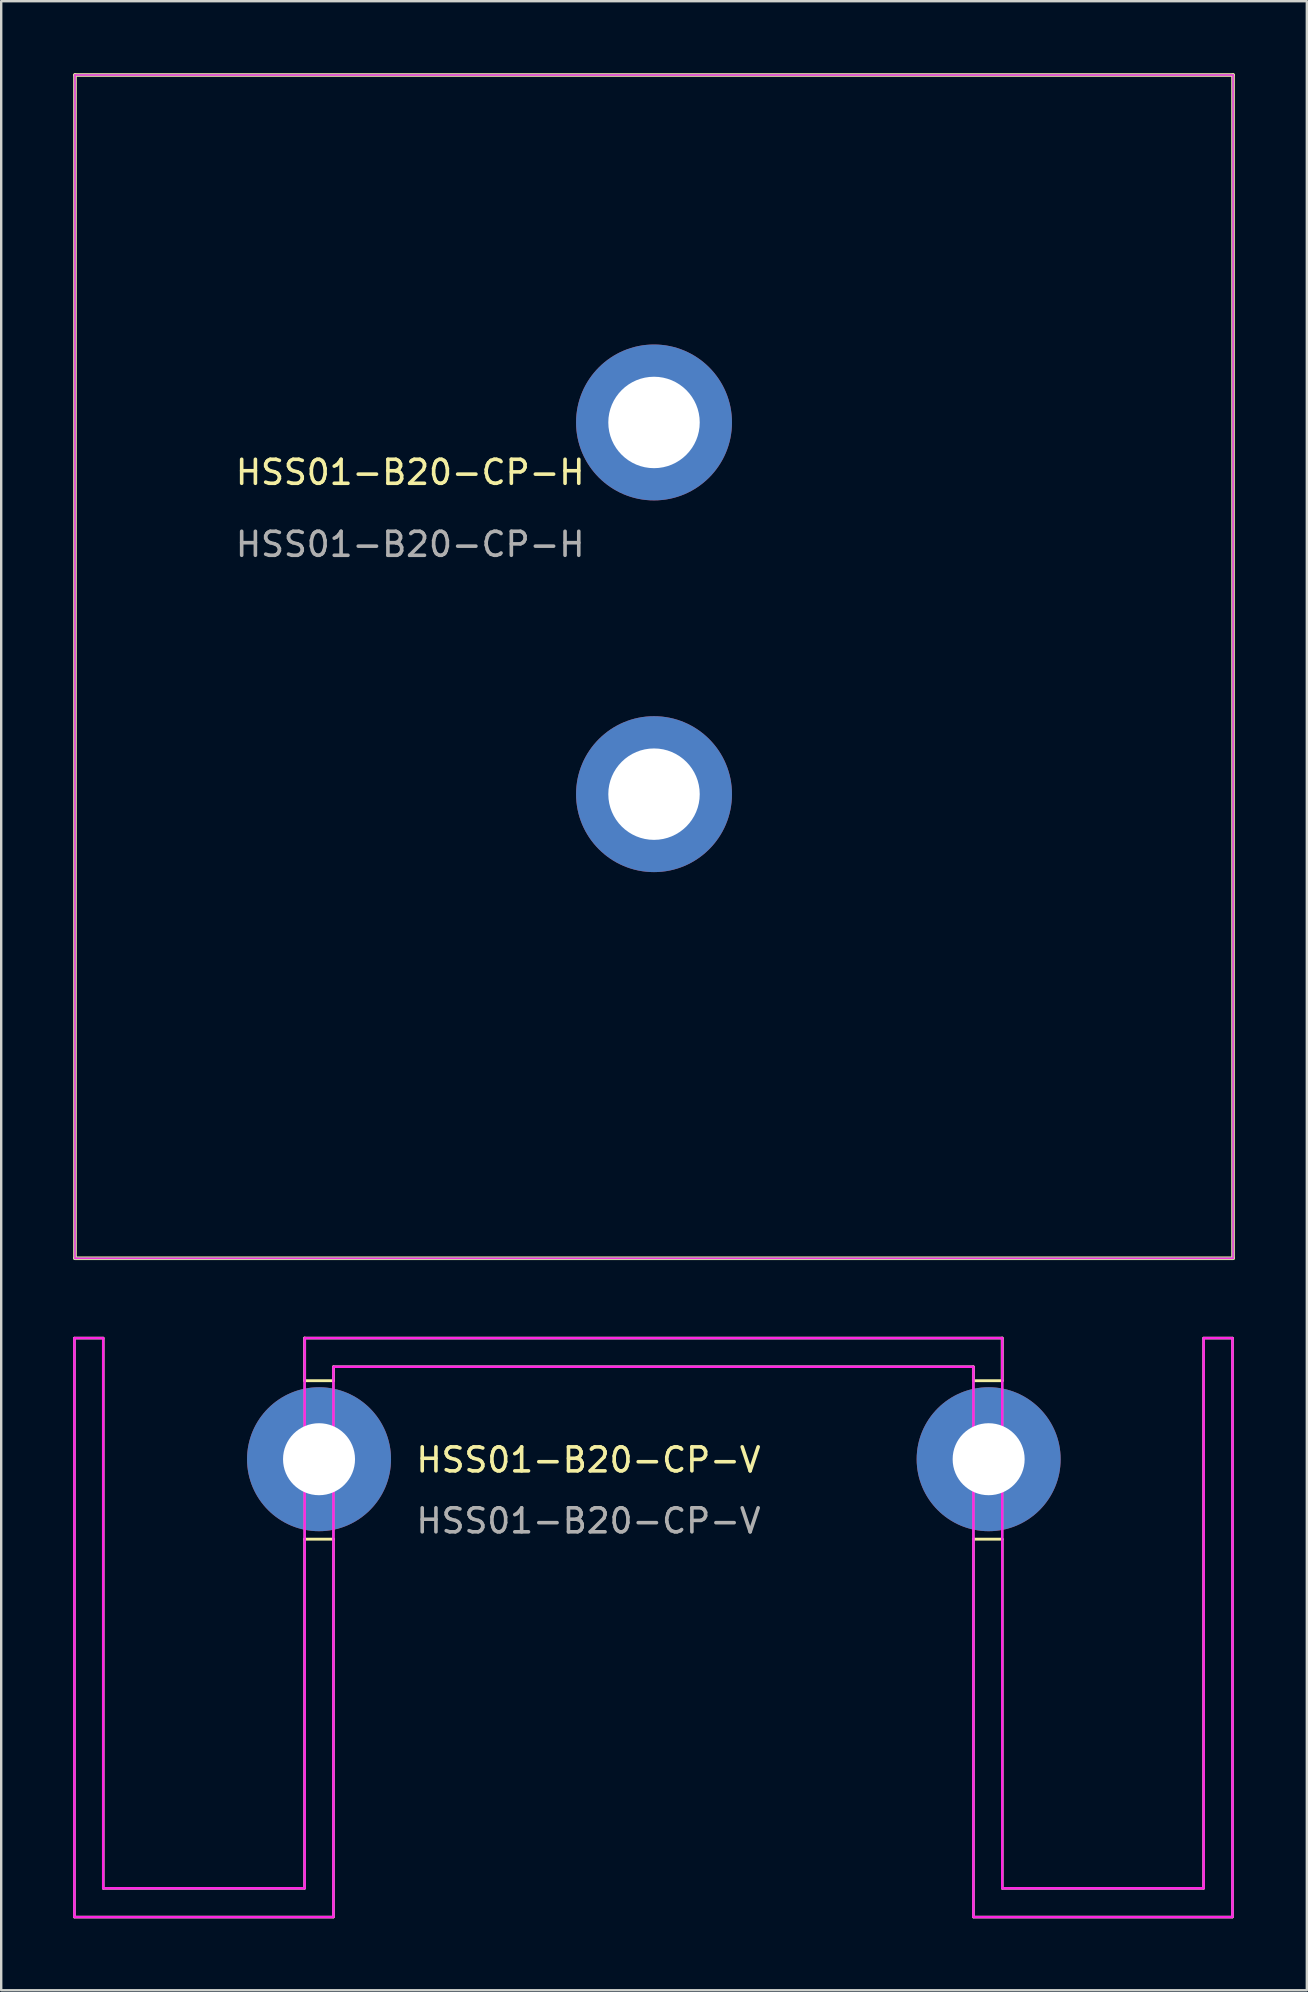
<source format=kicad_pcb>
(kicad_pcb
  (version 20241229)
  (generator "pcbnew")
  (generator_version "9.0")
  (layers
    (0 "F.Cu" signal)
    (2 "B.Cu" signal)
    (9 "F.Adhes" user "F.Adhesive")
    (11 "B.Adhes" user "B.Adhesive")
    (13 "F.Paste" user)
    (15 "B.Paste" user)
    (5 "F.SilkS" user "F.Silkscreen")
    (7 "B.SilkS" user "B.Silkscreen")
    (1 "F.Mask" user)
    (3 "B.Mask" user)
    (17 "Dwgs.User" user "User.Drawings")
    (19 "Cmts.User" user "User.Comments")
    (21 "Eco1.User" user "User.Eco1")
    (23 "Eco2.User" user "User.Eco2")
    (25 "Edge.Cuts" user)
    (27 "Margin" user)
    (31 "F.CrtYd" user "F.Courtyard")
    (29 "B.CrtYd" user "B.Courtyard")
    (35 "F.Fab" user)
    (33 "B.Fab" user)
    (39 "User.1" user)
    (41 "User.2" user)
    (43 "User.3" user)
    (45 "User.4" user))
  (footprint "HSS01-B20-CP-H"
    (layer "F.Cu")
    (at 24.205 22.175)
    (property "Reference" "HSS01-B20-CP-H" (at -10.16 -5.54 0) (unlocked yes) (layer "F.SilkS") (effects (font (size 1 1) (thickness 0.15))))
    (attr through_hole)
    (fp_line (start -24.13 -22.1) (end -24.13 27.21) (stroke (width 0.15) (type solid)) (layer "F.SilkS"))
    (fp_line (start -24.13 27.21) (end 24.13 27.21) (stroke (width 0.15) (type solid)) (layer "F.SilkS"))
    (fp_line (start 24.13 -22.1) (end -24.13 -22.1) (stroke (width 0.15) (type solid)) (layer "F.SilkS"))
    (fp_line (start 24.13 27.21) (end 24.13 -22.1) (stroke (width 0.15) (type solid)) (layer "F.SilkS"))
    (fp_line (start -24.13 -22.1) (end -24.13 27.21) (stroke (width 0.05) (type solid)) (layer "F.CrtYd"))
    (fp_line (start -24.13 -22.1) (end 24.13 -22.1) (stroke (width 0.05) (type solid)) (layer "F.CrtYd"))
    (fp_line (start 24.13 27.21) (end -24.13 27.21) (stroke (width 0.05) (type solid)) (layer "F.CrtYd"))
    (fp_line (start 24.13 27.21) (end 24.13 -22.1) (stroke (width 0.05) (type solid)) (layer "F.CrtYd"))
    (fp_line (start -24.13 -22.1) (end 24.13 -22.1) (stroke (width 0.1) (type solid)) (layer "F.Fab"))
    (fp_line (start -24.13 27.21) (end -24.13 -22.1) (stroke (width 0.1) (type solid)) (layer "F.Fab"))
    (fp_line (start 24.13 -22.1) (end 24.13 27.21) (stroke (width 0.1) (type solid)) (layer "F.Fab"))
    (fp_line (start 24.13 27.21) (end -24.13 27.21) (stroke (width 0.1) (type solid)) (layer "F.Fab"))
    (fp_text user "${REFERENCE}" (at -10.16 -2.54 0) (unlocked yes) (layer "F.Fab") (effects (font (size 1 1) (thickness 0.15))))
    (pad "1" thru_hole circle (at 0 -7.62) (size 6.497 6.497) (drill 3.81) (layers "*.Cu" "*.Mask"))
    (pad "1" thru_hole circle (at 0 7.87) (size 6.497 6.497) (drill 3.81) (layers "*.Cu" "*.Mask")))
  (footprint "HSS01-B20-CP-V"
    (layer "F.Cu")
    (at 24.18 52.71)
    (property "Reference" "HSS01-B20-CP-V" (at -2.706 5.08 0) (unlocked yes) (layer "F.SilkS") (effects (font (size 1 1) (thickness 0.15))))
    (attr through_hole)
    (fp_line (start -24.13 0) (end -24.13 24.13) (stroke (width 0.1) (type solid)) (layer "F.SilkS"))
    (fp_line (start -24.13 24.13) (end -13.335 24.13) (stroke (width 0.1) (type solid)) (layer "F.SilkS"))
    (fp_line (start -22.93 0) (end -24.13 0) (stroke (width 0.1) (type solid)) (layer "F.SilkS"))
    (fp_line (start -22.93 22.93) (end -22.93 0) (stroke (width 0.1) (type solid)) (layer "F.SilkS"))
    (fp_line (start -14.535 0) (end -14.535 1.778) (stroke (width 0.12) (type solid)) (layer "F.SilkS"))
    (fp_line (start -14.535 1.778) (end -13.335 1.778) (stroke (width 0.12) (type solid)) (layer "F.SilkS"))
    (fp_line (start -14.535 8.382) (end -14.535 22.93) (stroke (width 0.1) (type solid)) (layer "F.SilkS"))
    (fp_line (start -14.535 8.382) (end -13.335 8.382) (stroke (width 0.12) (type solid)) (layer "F.SilkS"))
    (fp_line (start -14.535 22.93) (end -22.93 22.93) (stroke (width 0.1) (type solid)) (layer "F.SilkS"))
    (fp_line (start -13.335 1.2) (end -13.335 1.778) (stroke (width 0.12) (type solid)) (layer "F.SilkS"))
    (fp_line (start -13.335 1.2) (end 13.335 1.2) (stroke (width 0.1) (type solid)) (layer "F.SilkS"))
    (fp_line (start -13.335 24.13) (end -13.335 8.382) (stroke (width 0.1) (type solid)) (layer "F.SilkS"))
    (fp_line (start 13.335 1.2) (end 13.335 1.778) (stroke (width 0.12) (type solid)) (layer "F.SilkS"))
    (fp_line (start 13.335 1.778) (end 14.535 1.778) (stroke (width 0.12) (type solid)) (layer "F.SilkS"))
    (fp_line (start 13.335 8.382) (end 13.335 24.13) (stroke (width 0.1) (type solid)) (layer "F.SilkS"))
    (fp_line (start 13.335 8.382) (end 14.535 8.382) (stroke (width 0.12) (type solid)) (layer "F.SilkS"))
    (fp_line (start 13.335 24.13) (end 24.13 24.13) (stroke (width 0.1) (type solid)) (layer "F.SilkS"))
    (fp_line (start 14.535 0) (end -14.535 0) (stroke (width 0.1) (type solid)) (layer "F.SilkS"))
    (fp_line (start 14.535 0) (end 14.535 1.778) (stroke (width 0.12) (type solid)) (layer "F.SilkS"))
    (fp_line (start 14.535 22.93) (end 14.535 8.382) (stroke (width 0.1) (type solid)) (layer "F.SilkS"))
    (fp_line (start 22.93 0) (end 22.93 22.93) (stroke (width 0.1) (type solid)) (layer "F.SilkS"))
    (fp_line (start 22.93 22.93) (end 14.535 22.93) (stroke (width 0.1) (type solid)) (layer "F.SilkS"))
    (fp_line (start 24.13 0) (end 22.93 0) (stroke (width 0.1) (type solid)) (layer "F.SilkS"))
    (fp_line (start 24.13 24.13) (end 24.13 0) (stroke (width 0.1) (type solid)) (layer "F.SilkS"))
    (fp_poly (pts (xy 13.335 1.2) (xy 13.335 24.13) (xy 24.13 24.13) (xy 24.13 0) (xy 22.93 0) (xy 22.93 22.93) (xy 14.535 22.93) (xy 14.535 0) (xy -14.535 0) (xy -14.535 22.93) (xy -22.93 22.93) (xy -22.93 0) (xy -24.13 0) (xy -24.13 24.13) (xy -13.335 24.13) (xy -13.335 1.2)) (stroke (width 0.1) (type solid)) (fill no) (layer "F.CrtYd"))
    (fp_poly (pts (xy 22.93 0) (xy 22.93 22.93) (xy 14.535 22.93) (xy 14.535 0) (xy -14.535 0) (xy -14.535 22.93) (xy -22.93 22.93) (xy -22.93 0) (xy -24.13 0) (xy -24.13 24.13) (xy -13.335 24.13) (xy -13.335 1.2) (xy 13.335 1.2) (xy 13.335 24.13) (xy 24.13 24.13) (xy 24.13 0)) (stroke (width 0.1) (type solid)) (fill no) (layer "F.Fab"))
    (fp_text user "${REFERENCE}" (at -2.706 7.62 0) (unlocked yes) (layer "F.Fab") (effects (font (size 1 1) (thickness 0.15))))
    (pad "1" thru_hole circle (at -13.935 5.05) (size 6 6) (drill 3) (layers "*.Cu" "*.Mask"))
    (pad "1" thru_hole circle (at 13.97 5.05) (size 6 6) (drill 3) (layers "*.Cu" "*.Mask")))
  (gr_rect
    (start -3 -3)
    (end 51.41 79.89)
    (stroke (width 0.1) (type default))
    (fill no)
    (layer "Edge.Cuts")))
</source>
